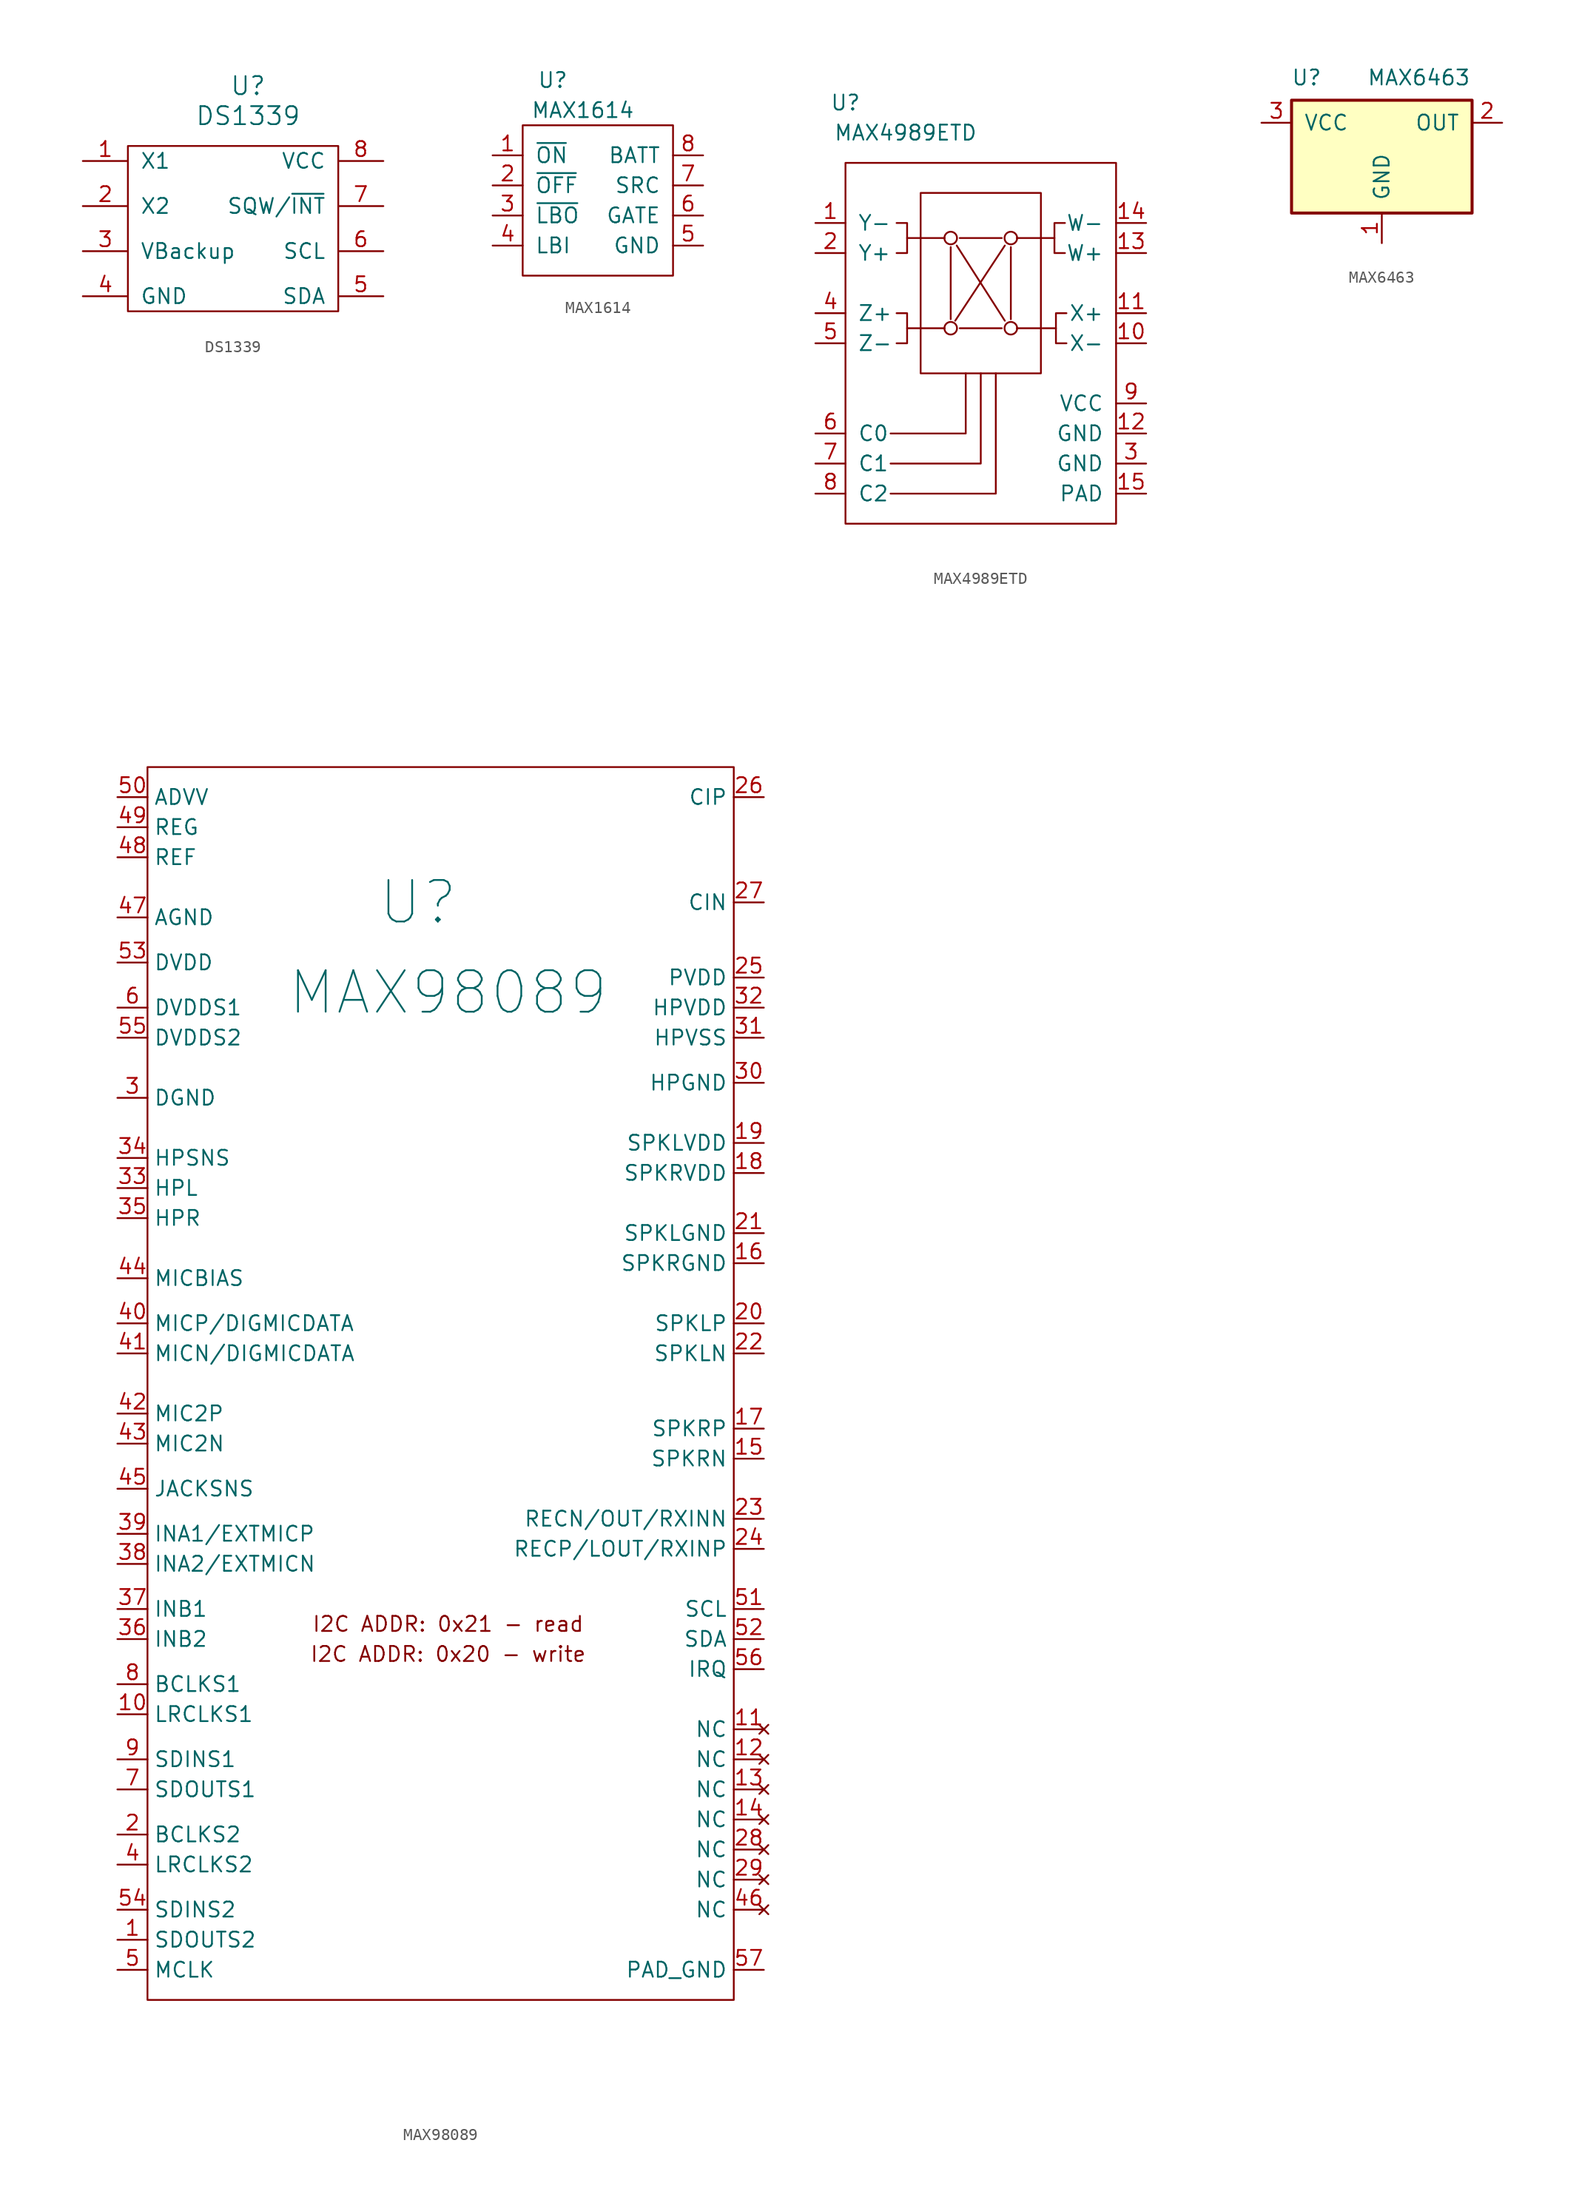
<source format=kicad_sym>
(kicad_symbol_lib
  (version 20211014)
  (generator kicad_symbol_editor)
  (symbol "DS1339"
    (pin_names
      (offset 1.016))
    (property "Reference" "U"
      (at 1.27 12.7 0)
      (effects (font (size 1.524 1.524))))
    (property "Value" "DS1339"
      (at 1.27 10.16 0)
      (effects (font (size 1.524 1.524))))
    (symbol "DS1339_0_1"
      (rectangle (start -8.89 7.62) (end 8.89 -6.35) (stroke (width 0) (type default) (color 0 0 0 0)) (fill (type none))))
    (symbol "DS1339_1_1"
      (pin input line (at -12.7 6.35 0) (length 3.81) (name "X1" (effects (font (size 1.27 1.27)))) (number "1" (effects (font (size 1.27 1.27)))))
      (pin input line (at -12.7 2.54 0) (length 3.81) (name "X2" (effects (font (size 1.27 1.27)))) (number "2" (effects (font (size 1.27 1.27)))))
      (pin input line (at -12.7 -1.27 0) (length 3.81) (name "VBackup" (effects (font (size 1.27 1.27)))) (number "3" (effects (font (size 1.27 1.27)))))
      (pin input line (at -12.7 -5.08 0) (length 3.81) (name "GND" (effects (font (size 1.27 1.27)))) (number "4" (effects (font (size 1.27 1.27)))))
      (pin input line (at 12.7 -5.08 180) (length 3.81) (name "SDA" (effects (font (size 1.27 1.27)))) (number "5" (effects (font (size 1.27 1.27)))))
      (pin input line (at 12.7 -1.27 180) (length 3.81) (name "SCL" (effects (font (size 1.27 1.27)))) (number "6" (effects (font (size 1.27 1.27)))))
      (pin input line (at 12.7 2.54 180) (length 3.81) (name "SQW/~{INT}" (effects (font (size 1.27 1.27)))) (number "7" (effects (font (size 1.27 1.27)))))
      (pin input line (at 12.7 6.35 180) (length 3.81) (name "VCC" (effects (font (size 1.27 1.27)))) (number "8" (effects (font (size 1.27 1.27)))))))
  (symbol "MAX1614"
    (pin_names
      (offset 1.016))
    (property "Reference" "U"
      (at -3.81 10.16 0)
      (effects (font (size 1.27 1.27))))
    (property "Value" "MAX1614"
      (at -1.27 7.62 0)
      (effects (font (size 1.27 1.27))))
    (symbol "MAX1614_0_1"
      (rectangle (start -6.35 6.35) (end 6.35 -6.35) (stroke (width 0) (type default) (color 0 0 0 0)) (fill (type none))))
    (symbol "MAX1614_1_1"
      (pin input line (at -8.89 3.81 0) (length 2.54) (name "~{ON}" (effects (font (size 1.27 1.27)))) (number "1" (effects (font (size 1.27 1.27)))))
      (pin input line (at -8.89 1.27 0) (length 2.54) (name "~{OFF}" (effects (font (size 1.27 1.27)))) (number "2" (effects (font (size 1.27 1.27)))))
      (pin output line (at -8.89 -1.27 0) (length 2.54) (name "~{LBO}" (effects (font (size 1.27 1.27)))) (number "3" (effects (font (size 1.27 1.27)))))
      (pin input line (at -8.89 -3.81 0) (length 2.54) (name "LBI" (effects (font (size 1.27 1.27)))) (number "4" (effects (font (size 1.27 1.27)))))
      (pin passive line (at 8.89 -3.81 180) (length 2.54) (name "GND" (effects (font (size 1.27 1.27)))) (number "5" (effects (font (size 1.27 1.27)))))
      (pin output line (at 8.89 -1.27 180) (length 2.54) (name "GATE" (effects (font (size 1.27 1.27)))) (number "6" (effects (font (size 1.27 1.27)))))
      (pin input line (at 8.89 1.27 180) (length 2.54) (name "SRC" (effects (font (size 1.27 1.27)))) (number "7" (effects (font (size 1.27 1.27)))))
      (pin input line (at 8.89 3.81 180) (length 2.54) (name "BATT" (effects (font (size 1.27 1.27)))) (number "8" (effects (font (size 1.27 1.27)))))))
  (symbol "MAX4989ETD"
    (pin_names
      (offset 1.016))
    (property "Reference" "U"
      (at -10.16 17.78 0)
      (effects (font (size 1.27 1.27))))
    (property "Value" "MAX4989ETD"
      (at -5.08 15.24 0)
      (effects (font (size 1.27 1.27))))
    (symbol "MAX4989ETD_0_1"
      (rectangle (start -10.16 -17.78) (end 12.7 12.7) (stroke (width 0) (type default) (color 0 0 0 0)) (fill (type none)))
      (rectangle (start -3.81 10.16) (end 6.35 -5.08) (stroke (width 0) (type default) (color 0 0 0 0)) (fill (type none)))
      (circle (center -1.27 -1.27) (radius 0.533) (stroke (width 0) (type default) (color 0 0 0 0)) (fill (type none)))
      (circle (center -1.27 6.35) (radius 0.533) (stroke (width 0) (type default) (color 0 0 0 0)) (fill (type none)))
      (polyline (pts (xy -1.778 -1.27) (xy -3.81 -1.27)) (stroke (width 0) (type default) (color 0 0 0 0)) (fill (type none)))
      (polyline (pts (xy -1.778 6.35) (xy -3.81 6.35)) (stroke (width 0) (type default) (color 0 0 0 0)) (fill (type none)))
      (polyline (pts (xy -1.27 5.588) (xy -1.27 -0.508)) (stroke (width 0) (type default) (color 0 0 0 0)) (fill (type none)))
      (polyline (pts (xy -0.889 -0.635) (xy 3.302 5.715)) (stroke (width 0) (type default) (color 0 0 0 0)) (fill (type none)))
      (polyline (pts (xy -0.762 5.715) (xy 3.302 -0.635)) (stroke (width 0) (type default) (color 0 0 0 0)) (fill (type none)))
      (polyline (pts (xy -0.508 -1.27) (xy 3.048 -1.27)) (stroke (width 0) (type default) (color 0 0 0 0)) (fill (type none)))
      (polyline (pts (xy -0.508 6.35) (xy 3.048 6.35)) (stroke (width 0) (type default) (color 0 0 0 0)) (fill (type none)))
      (polyline (pts (xy 3.81 5.588) (xy 3.81 -0.508)) (stroke (width 0) (type default) (color 0 0 0 0)) (fill (type none)))
      (polyline (pts (xy 4.318 -1.27) (xy 6.35 -1.27)) (stroke (width 0) (type default) (color 0 0 0 0)) (fill (type none)))
      (polyline (pts (xy 4.318 6.35) (xy 6.35 6.35)) (stroke (width 0) (type default) (color 0 0 0 0)) (fill (type none)))
      (polyline (pts (xy -6.35 -15.24) (xy 2.54 -15.24) (xy 2.54 -5.08)) (stroke (width 0) (type default) (color 0 0 0 0)) (fill (type none)))
      (polyline (pts (xy -4.953 -1.27) (xy -4.953 -2.54) (xy -5.842 -2.54)) (stroke (width 0) (type default) (color 0 0 0 0)) (fill (type none)))
      (polyline (pts (xy -4.953 6.35) (xy -4.953 5.08) (xy -5.842 5.08)) (stroke (width 0) (type default) (color 0 0 0 0)) (fill (type none)))
      (polyline (pts (xy 7.493 6.35) (xy 7.493 5.08) (xy 8.382 5.08)) (stroke (width 0) (type default) (color 0 0 0 0)) (fill (type none)))
      (polyline (pts (xy 7.62 -1.27) (xy 7.62 -2.54) (xy 8.509 -2.54)) (stroke (width 0) (type default) (color 0 0 0 0)) (fill (type none)))
      (polyline (pts (xy -6.35 -12.7) (xy 1.27 -12.7) (xy 1.27 -10.16) (xy 1.27 -5.08)) (stroke (width 0) (type default) (color 0 0 0 0)) (fill (type none)))
      (polyline (pts (xy -6.35 -10.16) (xy 0 -10.16) (xy 0 -7.62) (xy 0 -5.08)) (stroke (width 0) (type default) (color 0 0 0 0)) (fill (type none)))
      (polyline (pts (xy -3.81 -1.27) (xy -4.953 -1.27) (xy -4.953 0) (xy -5.842 0)) (stroke (width 0) (type default) (color 0 0 0 0)) (fill (type none)))
      (polyline (pts (xy -3.81 6.35) (xy -4.953 6.35) (xy -4.953 7.62) (xy -5.842 7.62)) (stroke (width 0) (type default) (color 0 0 0 0)) (fill (type none)))
      (polyline (pts (xy 6.35 6.35) (xy 7.493 6.35) (xy 7.493 7.62) (xy 8.382 7.62)) (stroke (width 0) (type default) (color 0 0 0 0)) (fill (type none)))
      (polyline (pts (xy 6.477 -1.27) (xy 7.62 -1.27) (xy 7.62 0) (xy 8.509 0)) (stroke (width 0) (type default) (color 0 0 0 0)) (fill (type none)))
      (circle (center 3.81 -1.27) (radius 0.533) (stroke (width 0) (type default) (color 0 0 0 0)) (fill (type none)))
      (circle (center 3.81 6.35) (radius 0.533) (stroke (width 0) (type default) (color 0 0 0 0)) (fill (type none))))
    (symbol "MAX4989ETD_1_1"
      (pin bidirectional line (at -12.7 7.62 0) (length 2.54) (name "Y-" (effects (font (size 1.27 1.27)))) (number "1" (effects (font (size 1.27 1.27)))))
      (pin bidirectional line (at 15.24 -2.54 180) (length 2.54) (name "X-" (effects (font (size 1.27 1.27)))) (number "10" (effects (font (size 1.27 1.27)))))
      (pin bidirectional line (at 15.24 0 180) (length 2.54) (name "X+" (effects (font (size 1.27 1.27)))) (number "11" (effects (font (size 1.27 1.27)))))
      (pin passive line (at 15.24 -10.16 180) (length 2.54) (name "GND" (effects (font (size 1.27 1.27)))) (number "12" (effects (font (size 1.27 1.27)))))
      (pin bidirectional line (at 15.24 5.08 180) (length 2.54) (name "W+" (effects (font (size 1.27 1.27)))) (number "13" (effects (font (size 1.27 1.27)))))
      (pin bidirectional line (at 15.24 7.62 180) (length 2.54) (name "W-" (effects (font (size 1.27 1.27)))) (number "14" (effects (font (size 1.27 1.27)))))
      (pin passive line (at 15.24 -15.24 180) (length 2.54) (name "PAD" (effects (font (size 1.27 1.27)))) (number "15" (effects (font (size 1.27 1.27)))))
      (pin bidirectional line (at -12.7 5.08 0) (length 2.54) (name "Y+" (effects (font (size 1.27 1.27)))) (number "2" (effects (font (size 1.27 1.27)))))
      (pin passive line (at 15.24 -12.7 180) (length 2.54) (name "GND" (effects (font (size 1.27 1.27)))) (number "3" (effects (font (size 1.27 1.27)))))
      (pin bidirectional line (at -12.7 0 0) (length 2.54) (name "Z+" (effects (font (size 1.27 1.27)))) (number "4" (effects (font (size 1.27 1.27)))))
      (pin bidirectional line (at -12.7 -2.54 0) (length 2.54) (name "Z-" (effects (font (size 1.27 1.27)))) (number "5" (effects (font (size 1.27 1.27)))))
      (pin input line (at -12.7 -10.16 0) (length 2.54) (name "C0" (effects (font (size 1.27 1.27)))) (number "6" (effects (font (size 1.27 1.27)))))
      (pin input line (at -12.7 -12.7 0) (length 2.54) (name "C1" (effects (font (size 1.27 1.27)))) (number "7" (effects (font (size 1.27 1.27)))))
      (pin input line (at -12.7 -15.24 0) (length 2.54) (name "C2" (effects (font (size 1.27 1.27)))) (number "8" (effects (font (size 1.27 1.27)))))
      (pin power_in line (at 15.24 -7.62 180) (length 2.54) (name "VCC" (effects (font (size 1.27 1.27)))) (number "9" (effects (font (size 1.27 1.27)))))))
  (symbol "MAX6463"
    (pin_names
      (offset 1.016))
    (property "Reference" "U"
      (at -6.35 6.35 0)
      (effects (font (size 1.27 1.27))))
    (property "Value" "MAX6463"
      (at -1.27 6.35 0)
      (effects (font (size 1.27 1.27)) (justify left)))
    (symbol "MAX6463_0_1"
      (rectangle (start -7.62 4.445) (end 7.62 -5.08) (stroke (width 0.254) (type default) (color 0 0 0 0)) (fill (type background))))
    (symbol "MAX6463_1_1"
      (pin passive line (at 0 -7.62 90) (length 2.54) (name "GND" (effects (font (size 1.27 1.27)))) (number "1" (effects (font (size 1.27 1.27)))))
      (pin power_out line (at 10.16 2.54 180) (length 2.54) (name "OUT" (effects (font (size 1.27 1.27)))) (number "2" (effects (font (size 1.27 1.27)))))
      (pin power_in line (at -10.16 2.54 0) (length 2.54) (name "VCC" (effects (font (size 1.27 1.27)))) (number "3" (effects (font (size 1.27 1.27)))))))
  (symbol "MAX98089"
    (property "Reference" "U"
      (at -2.54 40.64 0)
      (effects (font (size 3.505 3.505))))
    (property "Value" "MAX98089"
      (at 0 33.02 0)
      (effects (font (size 3.505 3.505))))
    (symbol "MAX98089_0_0"
      (text "I2C ADDR: 0x20 - write" (at 0 -22.86 0) (effects (font (size 1.27 1.27))))
      (text "I2C ADDR: 0x21 - read" (at 0 -20.32 0) (effects (font (size 1.27 1.27))))
      (pin unspecified line (at -27.94 -46.99 0) (length 2.54) (name "SDOUTS2" (effects (font (size 1.27 1.27)))) (number "1" (effects (font (size 1.27 1.27)))))
      (pin unspecified line (at -27.94 -27.94 0) (length 2.54) (name "LRCLKS1" (effects (font (size 1.27 1.27)))) (number "10" (effects (font (size 1.27 1.27)))))
      (pin no_connect line (at 26.67 -29.21 180) (length 2.54) (name "NC" (effects (font (size 1.27 1.27)))) (number "11" (effects (font (size 1.27 1.27)))))
      (pin no_connect line (at 26.67 -31.75 180) (length 2.54) (name "NC" (effects (font (size 1.27 1.27)))) (number "12" (effects (font (size 1.27 1.27)))))
      (pin no_connect line (at 26.67 -34.29 180) (length 2.54) (name "NC" (effects (font (size 1.27 1.27)))) (number "13" (effects (font (size 1.27 1.27)))))
      (pin no_connect line (at 26.67 -36.83 180) (length 2.54) (name "NC" (effects (font (size 1.27 1.27)))) (number "14" (effects (font (size 1.27 1.27)))))
      (pin unspecified line (at 26.67 -6.35 180) (length 2.54) (name "SPKRN" (effects (font (size 1.27 1.27)))) (number "15" (effects (font (size 1.27 1.27)))))
      (pin unspecified line (at 26.67 10.16 180) (length 2.54) (name "SPKRGND" (effects (font (size 1.27 1.27)))) (number "16" (effects (font (size 1.27 1.27)))))
      (pin unspecified line (at 26.67 -3.81 180) (length 2.54) (name "SPKRP" (effects (font (size 1.27 1.27)))) (number "17" (effects (font (size 1.27 1.27)))))
      (pin unspecified line (at 26.67 17.78 180) (length 2.54) (name "SPKRVDD" (effects (font (size 1.27 1.27)))) (number "18" (effects (font (size 1.27 1.27)))))
      (pin unspecified line (at 26.67 20.32 180) (length 2.54) (name "SPKLVDD" (effects (font (size 1.27 1.27)))) (number "19" (effects (font (size 1.27 1.27)))))
      (pin unspecified line (at -27.94 -38.1 0) (length 2.54) (name "BCLKS2" (effects (font (size 1.27 1.27)))) (number "2" (effects (font (size 1.27 1.27)))))
      (pin unspecified line (at 26.67 5.08 180) (length 2.54) (name "SPKLP" (effects (font (size 1.27 1.27)))) (number "20" (effects (font (size 1.27 1.27)))))
      (pin unspecified line (at 26.67 12.7 180) (length 2.54) (name "SPKLGND" (effects (font (size 1.27 1.27)))) (number "21" (effects (font (size 1.27 1.27)))))
      (pin unspecified line (at 26.67 2.54 180) (length 2.54) (name "SPKLN" (effects (font (size 1.27 1.27)))) (number "22" (effects (font (size 1.27 1.27)))))
      (pin unspecified line (at 26.67 -11.43 180) (length 2.54) (name "RECN/OUT/RXINN" (effects (font (size 1.27 1.27)))) (number "23" (effects (font (size 1.27 1.27)))))
      (pin unspecified line (at 26.67 -13.97 180) (length 2.54) (name "RECP/LOUT/RXINP" (effects (font (size 1.27 1.27)))) (number "24" (effects (font (size 1.27 1.27)))))
      (pin unspecified line (at 26.67 34.29 180) (length 2.54) (name "PVDD" (effects (font (size 1.27 1.27)))) (number "25" (effects (font (size 1.27 1.27)))))
      (pin unspecified line (at 26.67 49.53 180) (length 2.54) (name "CIP" (effects (font (size 1.27 1.27)))) (number "26" (effects (font (size 1.27 1.27)))))
      (pin unspecified line (at 26.67 40.64 180) (length 2.54) (name "CIN" (effects (font (size 1.27 1.27)))) (number "27" (effects (font (size 1.27 1.27)))))
      (pin no_connect line (at 26.67 -39.37 180) (length 2.54) (name "NC" (effects (font (size 1.27 1.27)))) (number "28" (effects (font (size 1.27 1.27)))))
      (pin no_connect line (at 26.67 -41.91 180) (length 2.54) (name "NC" (effects (font (size 1.27 1.27)))) (number "29" (effects (font (size 1.27 1.27)))))
      (pin unspecified line (at -27.94 24.13 0) (length 2.54) (name "DGND" (effects (font (size 1.27 1.27)))) (number "3" (effects (font (size 1.27 1.27)))))
      (pin unspecified line (at 26.67 25.4 180) (length 2.54) (name "HPGND" (effects (font (size 1.27 1.27)))) (number "30" (effects (font (size 1.27 1.27)))))
      (pin unspecified line (at 26.67 29.21 180) (length 2.54) (name "HPVSS" (effects (font (size 1.27 1.27)))) (number "31" (effects (font (size 1.27 1.27)))))
      (pin unspecified line (at 26.67 31.75 180) (length 2.54) (name "HPVDD" (effects (font (size 1.27 1.27)))) (number "32" (effects (font (size 1.27 1.27)))))
      (pin unspecified line (at -27.94 16.51 0) (length 2.54) (name "HPL" (effects (font (size 1.27 1.27)))) (number "33" (effects (font (size 1.27 1.27)))))
      (pin unspecified line (at -27.94 19.05 0) (length 2.54) (name "HPSNS" (effects (font (size 1.27 1.27)))) (number "34" (effects (font (size 1.27 1.27)))))
      (pin unspecified line (at -27.94 13.97 0) (length 2.54) (name "HPR" (effects (font (size 1.27 1.27)))) (number "35" (effects (font (size 1.27 1.27)))))
      (pin unspecified line (at -27.94 -21.59 0) (length 2.54) (name "INB2" (effects (font (size 1.27 1.27)))) (number "36" (effects (font (size 1.27 1.27)))))
      (pin unspecified line (at -27.94 -19.05 0) (length 2.54) (name "INB1" (effects (font (size 1.27 1.27)))) (number "37" (effects (font (size 1.27 1.27)))))
      (pin unspecified line (at -27.94 -15.24 0) (length 2.54) (name "INA2/EXTMICN" (effects (font (size 1.27 1.27)))) (number "38" (effects (font (size 1.27 1.27)))))
      (pin unspecified line (at -27.94 -12.7 0) (length 2.54) (name "INA1/EXTMICP" (effects (font (size 1.27 1.27)))) (number "39" (effects (font (size 1.27 1.27)))))
      (pin unspecified line (at -27.94 -40.64 0) (length 2.54) (name "LRCLKS2" (effects (font (size 1.27 1.27)))) (number "4" (effects (font (size 1.27 1.27)))))
      (pin unspecified line (at -27.94 5.08 0) (length 2.54) (name "MICP/DIGMICDATA" (effects (font (size 1.27 1.27)))) (number "40" (effects (font (size 1.27 1.27)))))
      (pin unspecified line (at -27.94 2.54 0) (length 2.54) (name "MICN/DIGMICDATA" (effects (font (size 1.27 1.27)))) (number "41" (effects (font (size 1.27 1.27)))))
      (pin unspecified line (at -27.94 -2.54 0) (length 2.54) (name "MIC2P" (effects (font (size 1.27 1.27)))) (number "42" (effects (font (size 1.27 1.27)))))
      (pin unspecified line (at -27.94 -5.08 0) (length 2.54) (name "MIC2N" (effects (font (size 1.27 1.27)))) (number "43" (effects (font (size 1.27 1.27)))))
      (pin unspecified line (at -27.94 8.89 0) (length 2.54) (name "MICBIAS" (effects (font (size 1.27 1.27)))) (number "44" (effects (font (size 1.27 1.27)))))
      (pin unspecified line (at -27.94 -8.89 0) (length 2.54) (name "JACKSNS" (effects (font (size 1.27 1.27)))) (number "45" (effects (font (size 1.27 1.27)))))
      (pin no_connect line (at 26.67 -44.45 180) (length 2.54) (name "NC" (effects (font (size 1.27 1.27)))) (number "46" (effects (font (size 1.27 1.27)))))
      (pin passive line (at -27.94 39.37 0) (length 2.54) (name "AGND" (effects (font (size 1.27 1.27)))) (number "47" (effects (font (size 1.27 1.27)))))
      (pin passive line (at -27.94 44.45 0) (length 2.54) (name "REF" (effects (font (size 1.27 1.27)))) (number "48" (effects (font (size 1.27 1.27)))))
      (pin passive line (at -27.94 46.99 0) (length 2.54) (name "REG" (effects (font (size 1.27 1.27)))) (number "49" (effects (font (size 1.27 1.27)))))
      (pin unspecified line (at -27.94 -49.53 0) (length 2.54) (name "MCLK" (effects (font (size 1.27 1.27)))) (number "5" (effects (font (size 1.27 1.27)))))
      (pin power_in line (at -27.94 49.53 0) (length 2.54) (name "ADVV" (effects (font (size 1.27 1.27)))) (number "50" (effects (font (size 1.27 1.27)))))
      (pin unspecified line (at 26.67 -19.05 180) (length 2.54) (name "SCL" (effects (font (size 1.27 1.27)))) (number "51" (effects (font (size 1.27 1.27)))))
      (pin unspecified line (at 26.67 -21.59 180) (length 2.54) (name "SDA" (effects (font (size 1.27 1.27)))) (number "52" (effects (font (size 1.27 1.27)))))
      (pin unspecified line (at -27.94 35.56 0) (length 2.54) (name "DVDD" (effects (font (size 1.27 1.27)))) (number "53" (effects (font (size 1.27 1.27)))))
      (pin unspecified line (at -27.94 -44.45 0) (length 2.54) (name "SDINS2" (effects (font (size 1.27 1.27)))) (number "54" (effects (font (size 1.27 1.27)))))
      (pin unspecified line (at -27.94 29.21 0) (length 2.54) (name "DVDDS2" (effects (font (size 1.27 1.27)))) (number "55" (effects (font (size 1.27 1.27)))))
      (pin unspecified line (at 26.67 -24.13 180) (length 2.54) (name "IRQ" (effects (font (size 1.27 1.27)))) (number "56" (effects (font (size 1.27 1.27)))))
      (pin unspecified line (at 26.67 -49.53 180) (length 2.54) (name "PAD_GND" (effects (font (size 1.27 1.27)))) (number "57" (effects (font (size 1.27 1.27)))))
      (pin unspecified line (at -27.94 31.75 0) (length 2.54) (name "DVDDS1" (effects (font (size 1.27 1.27)))) (number "6" (effects (font (size 1.27 1.27)))))
      (pin output line (at -27.94 -34.29 0) (length 2.54) (name "SDOUTS1" (effects (font (size 1.27 1.27)))) (number "7" (effects (font (size 1.27 1.27)))))
      (pin unspecified line (at -27.94 -25.4 0) (length 2.54) (name "BCLKS1" (effects (font (size 1.27 1.27)))) (number "8" (effects (font (size 1.27 1.27)))))
      (pin unspecified line (at -27.94 -31.75 0) (length 2.54) (name "SDINS1" (effects (font (size 1.27 1.27)))) (number "9" (effects (font (size 1.27 1.27))))))
    (symbol "MAX98089_0_1"
      (rectangle (start -25.4 52.07) (end 24.13 -52.07) (stroke (width 0) (type default) (color 0 0 0 0)) (fill (type none))))))
</source>
